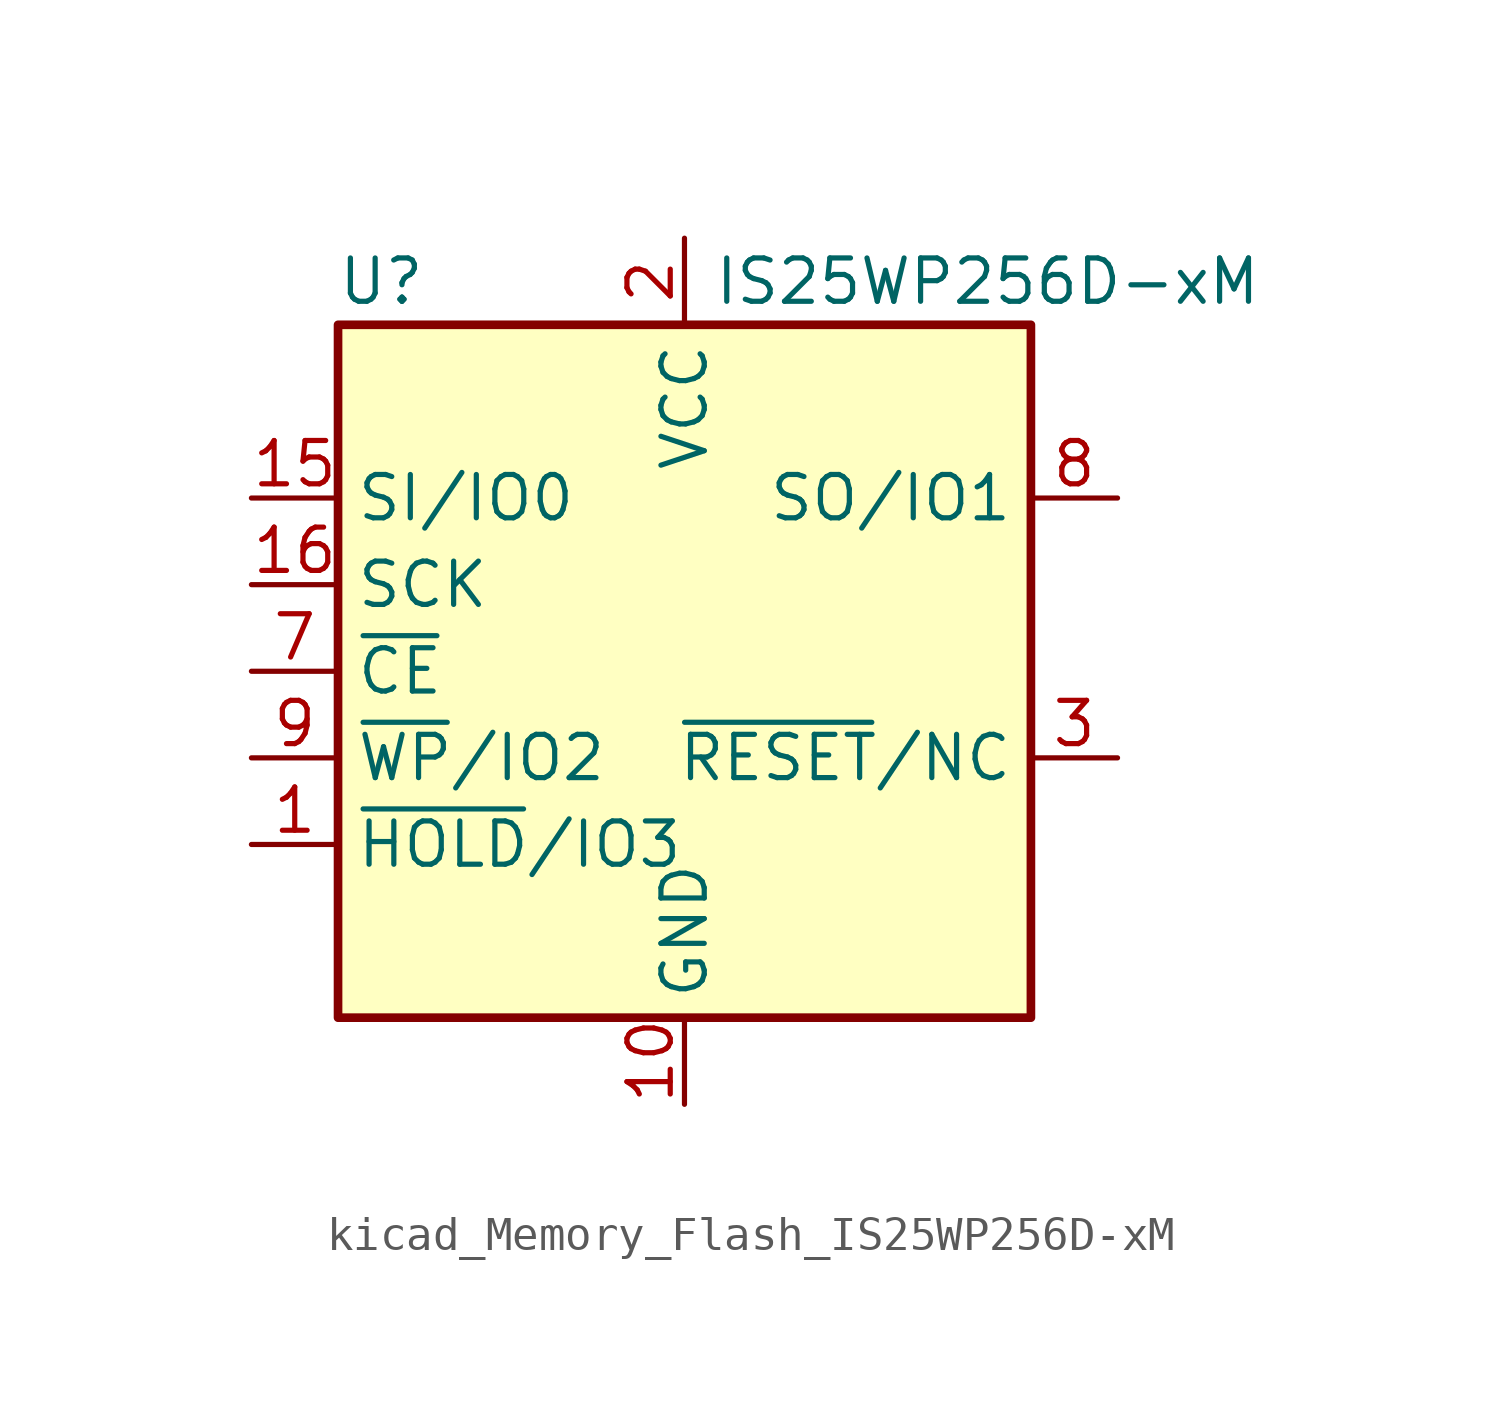
<source format=kicad_sym>
(kicad_symbol_lib
  (version 20220914)
  (generator kicad_symbol_editor)
  (symbol "kicad_Memory_Flash_IS25WP256D-xM"
    (property "Reference" "U"
      (at -8.89 11.43 0)
      (effects (font (size 1.27 1.27))))
    (property "Value" "IS25WP256D-xM"
      (at 8.89 11.43 0)
      (effects (font (size 1.27 1.27))))
    (symbol "kicad_Memory_Flash_IS25WP256D-xM_0_1"
      (rectangle (start 10.16 -10.16) (end -10.16 10.16) (stroke (width 0.254) (type default)) (fill (type background)))
      (pin bidirectional line (at -12.7 -5.08 0) (length 2.54) (name "~{HOLD}/IO3" (effects (font (size 1.27 1.27)))) (number "1" (effects (font (size 1.27 1.27)))))
      (pin power_in line (at 0 -12.7 90) (length 2.54) (name "GND" (effects (font (size 1.27 1.27)))) (number "10" (effects (font (size 1.27 1.27)))))
      (pin no_connect line (at 10.16 0 180) (length 2.54) hide (name "NC" (effects (font (size 1.27 1.27)))) (number "11" (effects (font (size 1.27 1.27)))))
      (pin no_connect line (at 10.16 -5.08 180) (length 2.54) hide (name "NC" (effects (font (size 1.27 1.27)))) (number "12" (effects (font (size 1.27 1.27)))))
      (pin no_connect line (at 10.16 7.62 180) (length 2.54) hide (name "NC" (effects (font (size 1.27 1.27)))) (number "13" (effects (font (size 1.27 1.27)))))
      (pin no_connect line (at 10.16 -7.62 180) (length 2.54) hide (name "NC" (effects (font (size 1.27 1.27)))) (number "14" (effects (font (size 1.27 1.27)))))
      (pin bidirectional line (at -12.7 5.08 0) (length 2.54) (name "SI/IO0" (effects (font (size 1.27 1.27)))) (number "15" (effects (font (size 1.27 1.27)))))
      (pin input line (at -12.7 2.54 0) (length 2.54) (name "SCK" (effects (font (size 1.27 1.27)))) (number "16" (effects (font (size 1.27 1.27)))))
      (pin power_in line (at 0 12.7 270) (length 2.54) (name "VCC" (effects (font (size 1.27 1.27)))) (number "2" (effects (font (size 1.27 1.27)))))
      (pin input line (at 12.7 -2.54 180) (length 2.54) (name "~{RESET}/NC" (effects (font (size 1.27 1.27)))) (number "3" (effects (font (size 1.27 1.27)))))
      (pin no_connect line (at -10.16 7.62 0) (length 2.54) hide (name "NC" (effects (font (size 1.27 1.27)))) (number "4" (effects (font (size 1.27 1.27)))))
      (pin no_connect line (at -10.16 -7.62 0) (length 2.54) hide (name "NC" (effects (font (size 1.27 1.27)))) (number "5" (effects (font (size 1.27 1.27)))))
      (pin no_connect line (at 10.16 2.54 180) (length 2.54) hide (name "NC" (effects (font (size 1.27 1.27)))) (number "6" (effects (font (size 1.27 1.27)))))
      (pin input line (at -12.7 0 0) (length 2.54) (name "~{CE}" (effects (font (size 1.27 1.27)))) (number "7" (effects (font (size 1.27 1.27)))))
      (pin bidirectional line (at 12.7 5.08 180) (length 2.54) (name "SO/IO1" (effects (font (size 1.27 1.27)))) (number "8" (effects (font (size 1.27 1.27)))))
      (pin bidirectional line (at -12.7 -2.54 0) (length 2.54) (name "~{WP}/IO2" (effects (font (size 1.27 1.27)))) (number "9" (effects (font (size 1.27 1.27))))))))
</source>
